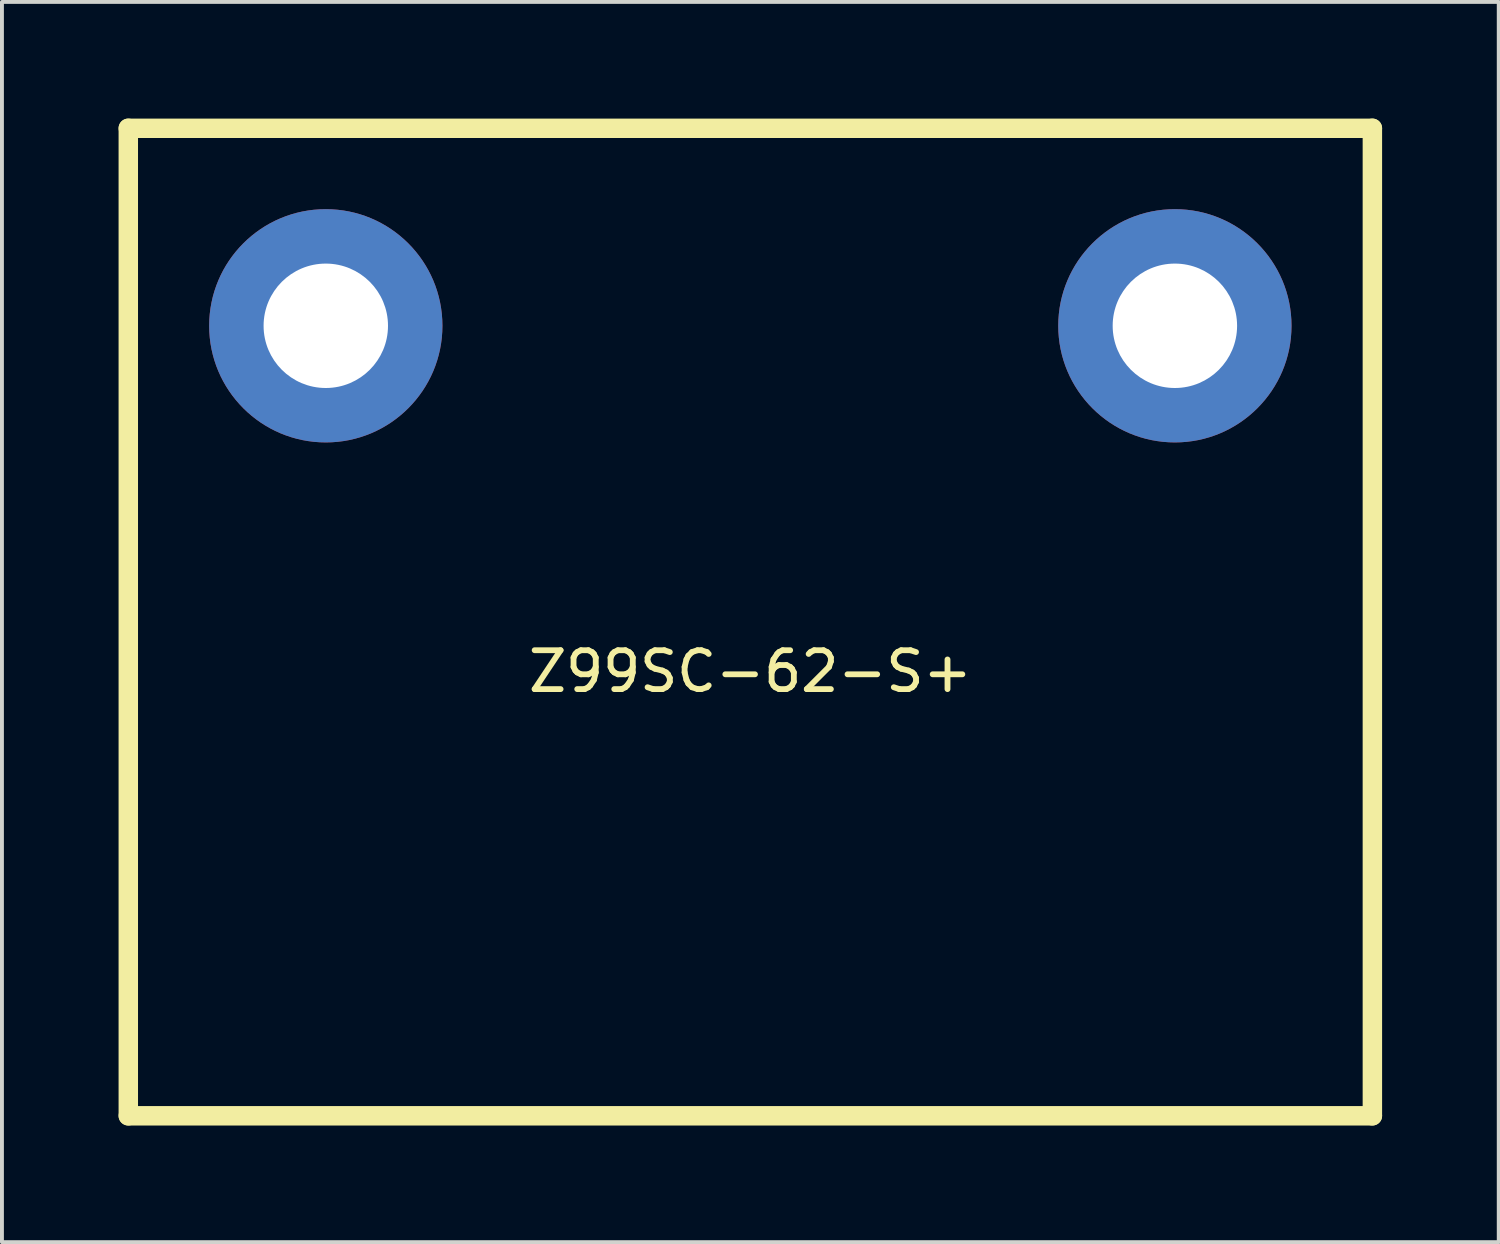
<source format=kicad_pcb>
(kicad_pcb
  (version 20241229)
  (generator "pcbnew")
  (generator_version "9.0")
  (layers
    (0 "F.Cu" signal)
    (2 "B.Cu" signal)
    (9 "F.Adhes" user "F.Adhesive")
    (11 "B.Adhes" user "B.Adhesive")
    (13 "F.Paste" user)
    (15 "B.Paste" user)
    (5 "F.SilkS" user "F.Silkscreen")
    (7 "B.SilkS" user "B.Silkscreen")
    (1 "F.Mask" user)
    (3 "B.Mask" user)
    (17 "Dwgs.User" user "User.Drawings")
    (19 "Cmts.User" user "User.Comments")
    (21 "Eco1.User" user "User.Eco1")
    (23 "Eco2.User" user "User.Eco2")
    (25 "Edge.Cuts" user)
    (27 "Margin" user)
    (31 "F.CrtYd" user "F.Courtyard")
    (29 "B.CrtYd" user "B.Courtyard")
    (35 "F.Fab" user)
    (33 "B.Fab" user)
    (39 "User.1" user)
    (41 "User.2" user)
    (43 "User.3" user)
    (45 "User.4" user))
  (footprint "Z99SC-62-S+"
    (layer "F.Cu")
    (at 16.25 12.95)
    (property "Reference" "Z99SC-62-S+" (at 0 1.27 0) (layer "F.SilkS") (effects (font (size 1 1) (thickness 0.15))))
    (attr through_hole)
    (fp_line (start -16 -12.7) (end 16 -12.7) (stroke (width 0.5) (type solid)) (layer "F.SilkS"))
    (fp_line (start -16 12.7) (end -16 -12.7) (stroke (width 0.5) (type solid)) (layer "F.SilkS"))
    (fp_line (start -16 12.7) (end 16 12.7) (stroke (width 0.5) (type solid)) (layer "F.SilkS"))
    (fp_line (start 16 -12.7) (end 16 12.7) (stroke (width 0.5) (type solid)) (layer "F.SilkS"))
    (pad "1" thru_hole circle (at -10.92 -7.62) (size 6 6) (drill 3.2) (layers "*.Cu" "*.Mask"))
    (pad "2" thru_hole circle (at 10.92 -7.62) (size 6 6) (drill 3.2) (layers "*.Cu" "*.Mask")))
  (gr_rect
    (start -3 -3)
    (end 35.5 28.9)
    (stroke (width 0.1) (type default))
    (fill no)
    (layer "Edge.Cuts")))
</source>
